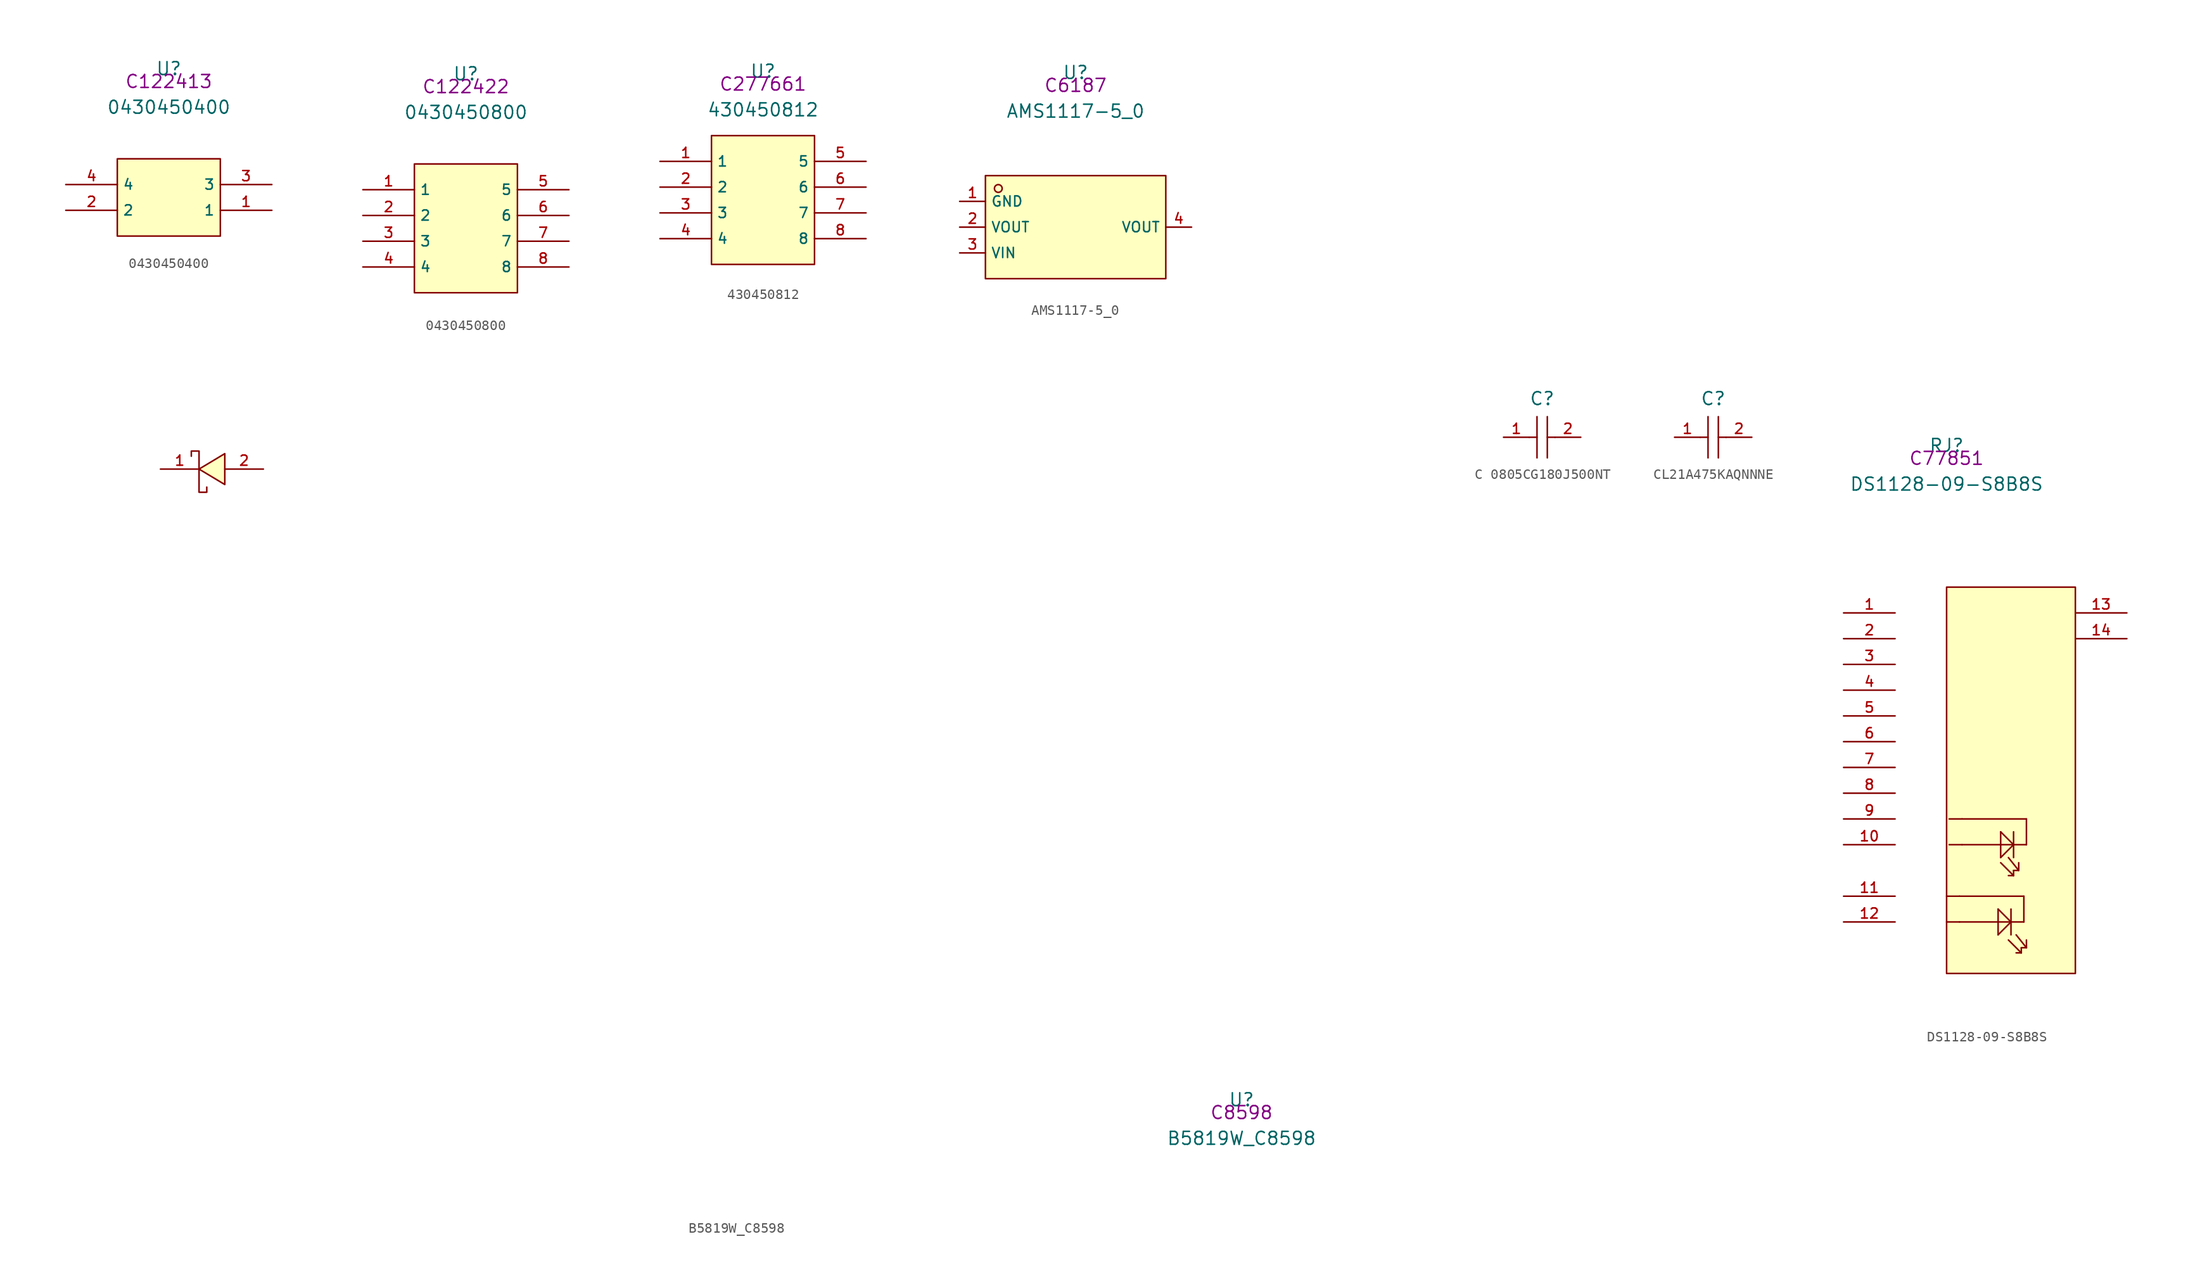
<source format=kicad_sym>
(kicad_symbol_lib
  (version 20211014)
  (generator kicad_symbol_editor)
  (symbol "0430450400"
    (property "Reference" "U"
      (at 0 1.27 0)
      (effects (font (size 1.27 1.27))))
    (property "Value" "0430450400"
      (at 0 -2.54 0)
      (effects (font (size 1.27 1.27))))
    (property "LCSC" "C122413"
      (at 0 0 0)
      (effects (font (size 1.27 1.27))))
    (symbol "0430450400_0_0"
      (rectangle (start -5.08 -7.62) (end 5.08 -15.24) (stroke (width 0) (type default) (color 0 0 0 0)) (fill (type background)))
      (pin unspecified line (at 10.16 -12.7 180) (length 5.08) (name "1" (effects (font (size 1 1)))) (number "1" (effects (font (size 1 1)))))
      (pin unspecified line (at -10.16 -12.7 0) (length 5.08) (name "2" (effects (font (size 1 1)))) (number "2" (effects (font (size 1 1)))))
      (pin unspecified line (at 10.16 -10.16 180) (length 5.08) (name "3" (effects (font (size 1 1)))) (number "3" (effects (font (size 1 1)))))
      (pin unspecified line (at -10.16 -10.16 0) (length 5.08) (name "4" (effects (font (size 1 1)))) (number "4" (effects (font (size 1 1)))))))
  (symbol "0430450800"
    (property "Reference" "U"
      (at 0 1.27 0)
      (effects (font (size 1.27 1.27))))
    (property "Value" "0430450800"
      (at 0 -2.54 0)
      (effects (font (size 1.27 1.27))))
    (property "LCSC" "C122422"
      (at 0 0 0)
      (effects (font (size 1.27 1.27))))
    (symbol "0430450800_0_0"
      (rectangle (start -5.08 -7.62) (end 5.08 -20.32) (stroke (width 0) (type default) (color 0 0 0 0)) (fill (type background)))
      (pin unspecified line (at -10.16 -10.16 0) (length 5.08) (name "1" (effects (font (size 1 1)))) (number "1" (effects (font (size 1 1)))))
      (pin unspecified line (at -10.16 -12.7 0) (length 5.08) (name "2" (effects (font (size 1 1)))) (number "2" (effects (font (size 1 1)))))
      (pin unspecified line (at -10.16 -15.24 0) (length 5.08) (name "3" (effects (font (size 1 1)))) (number "3" (effects (font (size 1 1)))))
      (pin unspecified line (at -10.16 -17.78 0) (length 5.08) (name "4" (effects (font (size 1 1)))) (number "4" (effects (font (size 1 1)))))
      (pin unspecified line (at 10.16 -10.16 180) (length 5.08) (name "5" (effects (font (size 1 1)))) (number "5" (effects (font (size 1 1)))))
      (pin unspecified line (at 10.16 -12.7 180) (length 5.08) (name "6" (effects (font (size 1 1)))) (number "6" (effects (font (size 1 1)))))
      (pin unspecified line (at 10.16 -15.24 180) (length 5.08) (name "7" (effects (font (size 1 1)))) (number "7" (effects (font (size 1 1)))))
      (pin unspecified line (at 10.16 -17.78 180) (length 5.08) (name "8" (effects (font (size 1 1)))) (number "8" (effects (font (size 1 1)))))))
  (symbol "430450812"
    (property "Reference" "U"
      (at 0 1.27 0)
      (effects (font (size 1.27 1.27))))
    (property "Value" "430450812"
      (at 0 -2.54 0)
      (effects (font (size 1.27 1.27))))
    (property "LCSC" "C277661"
      (at 0 0 0)
      (effects (font (size 1.27 1.27))))
    (symbol "430450812_0_0"
      (rectangle (start -5.08 -5.08) (end 5.08 -17.78) (stroke (width 0) (type default) (color 0 0 0 0)) (fill (type background)))
      (pin unspecified line (at -10.16 -7.62 0) (length 5.08) (name "1" (effects (font (size 1 1)))) (number "1" (effects (font (size 1 1)))))
      (pin unspecified line (at -10.16 -10.16 0) (length 5.08) (name "2" (effects (font (size 1 1)))) (number "2" (effects (font (size 1 1)))))
      (pin unspecified line (at -10.16 -12.7 0) (length 5.08) (name "3" (effects (font (size 1 1)))) (number "3" (effects (font (size 1 1)))))
      (pin unspecified line (at -10.16 -15.24 0) (length 5.08) (name "4" (effects (font (size 1 1)))) (number "4" (effects (font (size 1 1)))))
      (pin unspecified line (at 10.16 -7.62 180) (length 5.08) (name "5" (effects (font (size 1 1)))) (number "5" (effects (font (size 1 1)))))
      (pin unspecified line (at 10.16 -10.16 180) (length 5.08) (name "6" (effects (font (size 1 1)))) (number "6" (effects (font (size 1 1)))))
      (pin unspecified line (at 10.16 -12.7 180) (length 5.08) (name "7" (effects (font (size 1 1)))) (number "7" (effects (font (size 1 1)))))
      (pin unspecified line (at 10.16 -15.24 180) (length 5.08) (name "8" (effects (font (size 1 1)))) (number "8" (effects (font (size 1 1)))))))
  (symbol "AMS1117-5_0"
    (property "Reference" "U"
      (at 0 1.27 0)
      (effects (font (size 1.27 1.27))))
    (property "Value" "AMS1117-5_0"
      (at 0 -2.54 0)
      (effects (font (size 1.27 1.27))))
    (property "LCSC" "C6187"
      (at 0 0 0)
      (effects (font (size 1.27 1.27))))
    (symbol "AMS1117-5_0_0_0"
      (rectangle (start -8.89 -8.89) (end 8.89 -19.05) (stroke (width 0) (type default) (color 0 0 0 0)) (fill (type background)))
      (circle (center -7.62 -10.16) (radius 0.381) (stroke (width 0) (type default) (color 0 0 0 0)) (fill (type background)))
      (pin unspecified line (at -11.43 -11.43 0) (length 2.54) (name "GND" (effects (font (size 1 1)))) (number "1" (effects (font (size 1 1)))))
      (pin unspecified line (at -11.43 -13.97 0) (length 2.54) (name "VOUT" (effects (font (size 1 1)))) (number "2" (effects (font (size 1 1)))))
      (pin unspecified line (at -11.43 -16.51 0) (length 2.54) (name "VIN" (effects (font (size 1 1)))) (number "3" (effects (font (size 1 1)))))
      (pin unspecified line (at 11.43 -13.97 180) (length 2.54) (name "VOUT" (effects (font (size 1 1)))) (number "4" (effects (font (size 1 1)))))))
  (symbol "B5819W_C8598"
    (pin_names hide)
    (property "Reference" "U"
      (at 0 1.27 0)
      (effects (font (size 1.27 1.27))))
    (property "Value" "B5819W_C8598"
      (at 0 -2.54 0)
      (effects (font (size 1.27 1.27))))
    (property "LCSC" "C8598"
      (at 0 0 0)
      (effects (font (size 1.27 1.27))))
    (symbol "B5819W_C8598_0_0"
      (polyline (pts (xy -100.33 65.024) (xy -102.87 63.5) (xy -100.33 61.976) (xy -100.33 65.024)) (stroke (width 0) (type default) (color 0 0 0 0)) (fill (type background)))
      (polyline (pts (xy -102.108 61.722) (xy -102.108 61.214) (xy -102.87 61.214) (xy -102.87 64.516) (xy -102.87 65.278) (xy -103.632 65.278) (xy -103.632 64.77)) (stroke (width 0) (type default) (color 0 0 0 0)) (fill (type none)))
      (pin unspecified line (at -106.68 63.5 0) (length 3.81) (name "-" (effects (font (size 1 1)))) (number "1" (effects (font (size 1 1)))))
      (pin unspecified line (at -96.52 63.5 180) (length 3.81) (name "+" (effects (font (size 1 1)))) (number "2" (effects (font (size 1 1)))))))
  (symbol "C 0805CG180J500NT"
    (pin_names hide)
    (property "Reference" "C"
      (at 0 3.81 0)
      (effects (font (size 1.27 1.27))))
    (symbol "C 0805CG180J500NT_0_0"
      (polyline (pts (xy -1.27 0) (xy -0.508 0)) (stroke (width 0) (type default) (color 0 0 0 0)) (fill (type none)))
      (polyline (pts (xy -0.508 2.032) (xy -0.508 -2.032)) (stroke (width 0) (type default) (color 0 0 0 0)) (fill (type none)))
      (polyline (pts (xy 0.508 0) (xy 1.27 0)) (stroke (width 0) (type default) (color 0 0 0 0)) (fill (type none)))
      (polyline (pts (xy 0.508 2.032) (xy 0.508 -2.032)) (stroke (width 0) (type default) (color 0 0 0 0)) (fill (type none)))
      (pin input line (at -3.81 0 0) (length 2.54) (name "1" (effects (font (size 1 1)))) (number "1" (effects (font (size 1 1)))))
      (pin input line (at 3.81 0 180) (length 2.54) (name "2" (effects (font (size 1 1)))) (number "2" (effects (font (size 1 1)))))))
  (symbol "CL21A475KAQNNNE"
    (pin_names hide)
    (property "Reference" "C"
      (at 0 3.81 0)
      (effects (font (size 1.27 1.27))))
    (symbol "CL21A475KAQNNNE_0_0"
      (polyline (pts (xy -1.27 0) (xy -0.508 0)) (stroke (width 0) (type default) (color 0 0 0 0)) (fill (type none)))
      (polyline (pts (xy -0.508 2.032) (xy -0.508 -2.032)) (stroke (width 0) (type default) (color 0 0 0 0)) (fill (type none)))
      (polyline (pts (xy 0.508 0) (xy 1.27 0)) (stroke (width 0) (type default) (color 0 0 0 0)) (fill (type none)))
      (polyline (pts (xy 0.508 2.032) (xy 0.508 -2.032)) (stroke (width 0) (type default) (color 0 0 0 0)) (fill (type none)))
      (pin input line (at -3.81 0 0) (length 2.54) (name "1" (effects (font (size 1 1)))) (number "1" (effects (font (size 1 1)))))
      (pin input line (at 3.81 0 180) (length 2.54) (name "2" (effects (font (size 1 1)))) (number "2" (effects (font (size 1 1)))))))
  (symbol "DS1128-09-S8B8S"
    (pin_names hide)
    (property "Reference" "RJ"
      (at 0 1.27 0)
      (effects (font (size 1.27 1.27))))
    (property "Value" "DS1128-09-S8B8S"
      (at 0 -2.54 0)
      (effects (font (size 1.27 1.27))))
    (property "LCSC" "C77851"
      (at 0 0 0)
      (effects (font (size 1.27 1.27))))
    (symbol "DS1128-09-S8B8S_0_0"
      (rectangle (start 0 -12.7) (end 12.7 -50.8) (stroke (width 0) (type default) (color 0 0 0 0)) (fill (type background)))
      (polyline (pts (xy 0 -45.72) (xy 1.27 -45.72)) (stroke (width 0) (type default) (color 0 0 0 0)) (fill (type none)))
      (polyline (pts (xy 0 -43.18) (xy 1.27 -43.18)) (stroke (width 0) (type default) (color 0 0 0 0)) (fill (type none)))
      (polyline (pts (xy 0.254 -38.1) (xy 1.524 -38.1)) (stroke (width 0) (type default) (color 0 0 0 0)) (fill (type none)))
      (polyline (pts (xy 0.254 -35.56) (xy 1.524 -35.56)) (stroke (width 0) (type default) (color 0 0 0 0)) (fill (type none)))
      (polyline (pts (xy 1.27 -45.72) (xy 7.62 -45.72)) (stroke (width 0) (type default) (color 0 0 0 0)) (fill (type none)))
      (polyline (pts (xy 1.524 -38.1) (xy 7.874 -38.1)) (stroke (width 0) (type default) (color 0 0 0 0)) (fill (type none)))
      (polyline (pts (xy 5.08 -46.99) (xy 6.35 -45.72)) (stroke (width 0) (type default) (color 0 0 0 0)) (fill (type none)))
      (polyline (pts (xy 5.08 -44.45) (xy 5.08 -46.99)) (stroke (width 0) (type default) (color 0 0 0 0)) (fill (type none)))
      (polyline (pts (xy 5.334 -39.878) (xy 6.604 -41.148)) (stroke (width 0) (type default) (color 0 0 0 0)) (fill (type none)))
      (polyline (pts (xy 5.334 -39.37) (xy 6.604 -38.1)) (stroke (width 0) (type default) (color 0 0 0 0)) (fill (type none)))
      (polyline (pts (xy 5.334 -36.83) (xy 5.334 -39.37)) (stroke (width 0) (type default) (color 0 0 0 0)) (fill (type none)))
      (polyline (pts (xy 6.096 -47.498) (xy 7.366 -48.768)) (stroke (width 0) (type default) (color 0 0 0 0)) (fill (type none)))
      (polyline (pts (xy 6.096 -39.37) (xy 7.112 -40.64)) (stroke (width 0) (type default) (color 0 0 0 0)) (fill (type none)))
      (polyline (pts (xy 6.35 -45.72) (xy 5.08 -44.45)) (stroke (width 0) (type default) (color 0 0 0 0)) (fill (type none)))
      (polyline (pts (xy 6.35 -44.45) (xy 6.35 -46.99)) (stroke (width 0) (type default) (color 0 0 0 0)) (fill (type none)))
      (polyline (pts (xy 6.604 -41.148) (xy 6.096 -41.148)) (stroke (width 0) (type default) (color 0 0 0 0)) (fill (type none)))
      (polyline (pts (xy 6.604 -41.148) (xy 6.604 -40.64)) (stroke (width 0) (type default) (color 0 0 0 0)) (fill (type none)))
      (polyline (pts (xy 6.604 -38.1) (xy 5.334 -36.83)) (stroke (width 0) (type default) (color 0 0 0 0)) (fill (type none)))
      (polyline (pts (xy 6.604 -36.83) (xy 6.604 -39.37)) (stroke (width 0) (type default) (color 0 0 0 0)) (fill (type none)))
      (polyline (pts (xy 6.858 -46.99) (xy 7.874 -48.26)) (stroke (width 0) (type default) (color 0 0 0 0)) (fill (type none)))
      (polyline (pts (xy 7.112 -40.64) (xy 6.604 -40.64)) (stroke (width 0) (type default) (color 0 0 0 0)) (fill (type none)))
      (polyline (pts (xy 7.112 -40.64) (xy 7.112 -39.878)) (stroke (width 0) (type default) (color 0 0 0 0)) (fill (type none)))
      (polyline (pts (xy 7.366 -48.768) (xy 6.858 -48.768)) (stroke (width 0) (type default) (color 0 0 0 0)) (fill (type none)))
      (polyline (pts (xy 7.366 -48.768) (xy 7.366 -48.26)) (stroke (width 0) (type default) (color 0 0 0 0)) (fill (type none)))
      (polyline (pts (xy 7.62 -45.72) (xy 7.62 -43.18)) (stroke (width 0) (type default) (color 0 0 0 0)) (fill (type none)))
      (polyline (pts (xy 7.62 -43.18) (xy 1.27 -43.18)) (stroke (width 0) (type default) (color 0 0 0 0)) (fill (type none)))
      (polyline (pts (xy 7.874 -48.26) (xy 7.366 -48.26)) (stroke (width 0) (type default) (color 0 0 0 0)) (fill (type none)))
      (polyline (pts (xy 7.874 -48.26) (xy 7.874 -47.498)) (stroke (width 0) (type default) (color 0 0 0 0)) (fill (type none)))
      (polyline (pts (xy 7.874 -38.1) (xy 7.874 -35.56)) (stroke (width 0) (type default) (color 0 0 0 0)) (fill (type none)))
      (polyline (pts (xy 7.874 -35.56) (xy 1.524 -35.56)) (stroke (width 0) (type default) (color 0 0 0 0)) (fill (type none)))
      (pin unspecified line (at -5.08 -15.24 180) (length 5.08) (name "1" (effects (font (size 1 1)))) (number "1" (effects (font (size 1 1)))))
      (pin unspecified line (at -5.08 -38.1 180) (length 5.08) (name "10" (effects (font (size 1 1)))) (number "10" (effects (font (size 1 1)))))
      (pin unspecified line (at -5.08 -43.18 180) (length 5.08) (name "11" (effects (font (size 1 1)))) (number "11" (effects (font (size 1 1)))))
      (pin unspecified line (at -5.08 -45.72 180) (length 5.08) (name "12" (effects (font (size 1 1)))) (number "12" (effects (font (size 1 1)))))
      (pin unspecified line (at 17.78 -15.24 180) (length 5.08) (name "13" (effects (font (size 1 1)))) (number "13" (effects (font (size 1 1)))))
      (pin unspecified line (at 17.78 -17.78 180) (length 5.08) (name "14" (effects (font (size 1 1)))) (number "14" (effects (font (size 1 1)))))
      (pin unspecified line (at -5.08 -17.78 180) (length 5.08) (name "2" (effects (font (size 1 1)))) (number "2" (effects (font (size 1 1)))))
      (pin unspecified line (at -5.08 -20.32 180) (length 5.08) (name "3" (effects (font (size 1 1)))) (number "3" (effects (font (size 1 1)))))
      (pin unspecified line (at -5.08 -22.86 180) (length 5.08) (name "4" (effects (font (size 1 1)))) (number "4" (effects (font (size 1 1)))))
      (pin unspecified line (at -5.08 -25.4 180) (length 5.08) (name "5" (effects (font (size 1 1)))) (number "5" (effects (font (size 1 1)))))
      (pin unspecified line (at -5.08 -27.94 180) (length 5.08) (name "6" (effects (font (size 1 1)))) (number "6" (effects (font (size 1 1)))))
      (pin unspecified line (at -5.08 -30.48 180) (length 5.08) (name "7" (effects (font (size 1 1)))) (number "7" (effects (font (size 1 1)))))
      (pin unspecified line (at -5.08 -33.02 180) (length 5.08) (name "8" (effects (font (size 1 1)))) (number "8" (effects (font (size 1 1)))))
      (pin unspecified line (at -5.08 -35.56 180) (length 5.08) (name "9" (effects (font (size 1 1)))) (number "9" (effects (font (size 1 1))))))))
</source>
